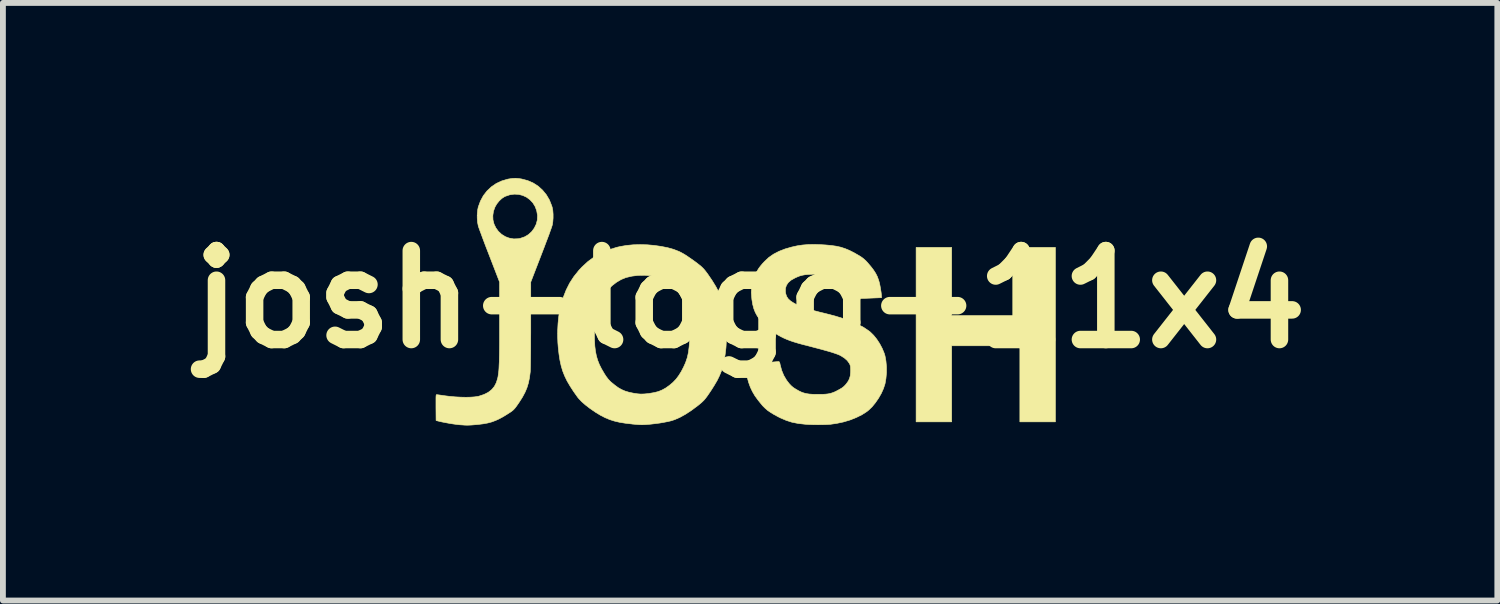
<source format=kicad_pcb>
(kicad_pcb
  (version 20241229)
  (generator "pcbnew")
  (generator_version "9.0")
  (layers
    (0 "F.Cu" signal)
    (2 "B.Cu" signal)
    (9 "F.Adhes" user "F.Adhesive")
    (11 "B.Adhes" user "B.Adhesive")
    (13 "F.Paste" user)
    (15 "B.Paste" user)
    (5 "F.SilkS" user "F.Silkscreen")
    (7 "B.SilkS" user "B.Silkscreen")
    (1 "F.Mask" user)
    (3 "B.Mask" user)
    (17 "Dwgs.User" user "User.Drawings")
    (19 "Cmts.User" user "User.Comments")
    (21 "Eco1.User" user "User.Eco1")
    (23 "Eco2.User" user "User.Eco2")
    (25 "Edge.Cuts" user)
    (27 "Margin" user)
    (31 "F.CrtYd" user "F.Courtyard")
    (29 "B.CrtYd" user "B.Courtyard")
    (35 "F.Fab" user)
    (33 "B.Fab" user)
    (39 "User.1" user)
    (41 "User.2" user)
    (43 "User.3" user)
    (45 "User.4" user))
  (footprint "josh-logo-11x4"
    (layer "F.Cu")
    (at 9.804 2.079)
    (property "Reference" "josh-logo-11x4" (at 0 0 0) (layer "F.SilkS") (effects (font (size 1.524 1.524) (thickness 0.3))))
    (attr through_hole)
    (fp_poly (pts (xy 3.454 0.279) (xy 4.623 0.279) (xy 4.623 -0.889) (xy 5.232 -0.889) (xy 5.232 2.1) (xy 4.623 2.1) (xy 4.623 0.796) (xy 3.454 0.796) (xy 3.454 2.1) (xy 2.845 2.1) (xy 2.845 -0.889) (xy 3.454 -0.889) (xy 3.454 0.279)) (stroke (width 0.01) (type solid)) (fill yes) (layer "F.SilkS"))
    (fp_poly (pts (xy -3.962 -2.069) (xy -3.916 -2.062) (xy -3.813 -2.035) (xy -3.718 -1.994) (xy -3.632 -1.939) (xy -3.557 -1.871) (xy -3.492 -1.792) (xy -3.439 -1.702) (xy -3.399 -1.601) (xy -3.391 -1.575) (xy -3.381 -1.522) (xy -3.376 -1.459) (xy -3.376 -1.392) (xy -3.381 -1.327) (xy -3.39 -1.27) (xy -3.391 -1.27) (xy -3.397 -1.25) (xy -3.408 -1.217) (xy -3.425 -1.17) (xy -3.445 -1.113) (xy -3.47 -1.047) (xy -3.498 -0.974) (xy -3.528 -0.894) (xy -3.56 -0.811) (xy -3.583 -0.751) (xy -3.759 -0.295) (xy -3.759 0.431) (xy -3.759 0.567) (xy -3.76 0.693) (xy -3.76 0.809) (xy -3.761 0.914) (xy -3.762 1.006) (xy -3.763 1.086) (xy -3.764 1.151) (xy -3.766 1.202) (xy -3.767 1.237) (xy -3.768 1.249) (xy -3.781 1.347) (xy -3.799 1.434) (xy -3.824 1.516) (xy -3.858 1.596) (xy -3.902 1.678) (xy -3.958 1.766) (xy -3.978 1.795) (xy -4.006 1.835) (xy -4.029 1.865) (xy -4.049 1.887) (xy -4.069 1.906) (xy -4.093 1.924) (xy -4.124 1.945) (xy -4.128 1.947) (xy -4.212 2) (xy -4.287 2.042) (xy -4.357 2.075) (xy -4.426 2.101) (xy -4.497 2.12) (xy -4.574 2.134) (xy -4.662 2.145) (xy -4.721 2.15) (xy -4.768 2.154) (xy -4.805 2.156) (xy -4.835 2.157) (xy -4.862 2.157) (xy -4.893 2.156) (xy -4.93 2.153) (xy -4.979 2.15) (xy -4.987 2.149) (xy -5.032 2.144) (xy -5.089 2.136) (xy -5.153 2.126) (xy -5.217 2.114) (xy -5.279 2.102) (xy -5.331 2.09) (xy -5.355 2.084) (xy -5.381 2.077) (xy -5.383 1.856) (xy -5.383 1.786) (xy -5.383 1.732) (xy -5.383 1.691) (xy -5.382 1.663) (xy -5.38 1.645) (xy -5.377 1.636) (xy -5.374 1.634) (xy -5.362 1.635) (xy -5.337 1.638) (xy -5.302 1.643) (xy -5.26 1.649) (xy -5.249 1.651) (xy -5.152 1.663) (xy -5.054 1.672) (xy -4.959 1.677) (xy -4.87 1.679) (xy -4.788 1.677) (xy -4.718 1.672) (xy -4.66 1.663) (xy -4.647 1.66) (xy -4.56 1.631) (xy -4.488 1.595) (xy -4.429 1.549) (xy -4.382 1.493) (xy -4.348 1.427) (xy -4.325 1.351) (xy -4.319 1.323) (xy -4.315 1.293) (xy -4.31 1.26) (xy -4.306 1.223) (xy -4.303 1.181) (xy -4.301 1.132) (xy -4.298 1.075) (xy -4.297 1.01) (xy -4.295 0.934) (xy -4.294 0.847) (xy -4.293 0.748) (xy -4.293 0.635) (xy -4.293 0.508) (xy -4.293 0.384) (xy -4.293 -0.296) (xy -4.467 -0.747) (xy -4.5 -0.832) (xy -4.532 -0.914) (xy -4.561 -0.991) (xy -4.588 -1.063) (xy -4.611 -1.126) (xy -4.631 -1.179) (xy -4.646 -1.221) (xy -4.656 -1.25) (xy -4.659 -1.262) (xy -4.671 -1.323) (xy -4.676 -1.393) (xy -4.676 -1.434) (xy -4.409 -1.434) (xy -4.406 -1.36) (xy -4.388 -1.289) (xy -4.356 -1.223) (xy -4.313 -1.164) (xy -4.258 -1.113) (xy -4.193 -1.073) (xy -4.129 -1.049) (xy -4.051 -1.035) (xy -3.972 -1.038) (xy -3.937 -1.045) (xy -3.864 -1.07) (xy -3.798 -1.109) (xy -3.742 -1.16) (xy -3.698 -1.22) (xy -3.665 -1.287) (xy -3.646 -1.359) (xy -3.643 -1.435) (xy -3.643 -1.439) (xy -3.657 -1.519) (xy -3.684 -1.591) (xy -3.723 -1.654) (xy -3.773 -1.707) (xy -3.831 -1.75) (xy -3.896 -1.78) (xy -3.967 -1.798) (xy -4.041 -1.802) (xy -4.118 -1.791) (xy -4.195 -1.765) (xy -4.208 -1.759) (xy -4.254 -1.729) (xy -4.299 -1.687) (xy -4.34 -1.636) (xy -4.371 -1.583) (xy -4.398 -1.509) (xy -4.409 -1.434) (xy -4.676 -1.434) (xy -4.675 -1.466) (xy -4.668 -1.534) (xy -4.658 -1.582) (xy -4.621 -1.683) (xy -4.571 -1.776) (xy -4.508 -1.857) (xy -4.434 -1.927) (xy -4.351 -1.984) (xy -4.257 -2.028) (xy -4.156 -2.058) (xy -4.136 -2.062) (xy -4.074 -2.071) (xy -4.018 -2.074) (xy -3.962 -2.069)) (stroke (width 0.01) (type solid)) (fill yes) (layer "F.SilkS"))
    (fp_poly (pts (xy -1.761 -0.934) (xy -1.64 -0.923) (xy -1.522 -0.906) (xy -1.411 -0.884) (xy -1.309 -0.855) (xy -1.219 -0.82) (xy -1.19 -0.806) (xy -1.146 -0.782) (xy -1.093 -0.75) (xy -1.035 -0.71) (xy -0.973 -0.667) (xy -0.913 -0.623) (xy -0.893 -0.607) (xy -0.851 -0.574) (xy -0.819 -0.545) (xy -0.791 -0.516) (xy -0.763 -0.482) (xy -0.731 -0.439) (xy -0.729 -0.437) (xy -0.65 -0.321) (xy -0.584 -0.213) (xy -0.532 -0.114) (xy -0.494 -0.023) (xy -0.488 -0.005) (xy -0.462 0.087) (xy -0.44 0.192) (xy -0.424 0.306) (xy -0.412 0.426) (xy -0.406 0.549) (xy -0.405 0.672) (xy -0.411 0.789) (xy -0.414 0.834) (xy -0.428 0.949) (xy -0.444 1.05) (xy -0.465 1.142) (xy -0.491 1.227) (xy -0.524 1.308) (xy -0.564 1.39) (xy -0.614 1.475) (xy -0.658 1.545) (xy -0.698 1.605) (xy -0.731 1.653) (xy -0.76 1.692) (xy -0.787 1.725) (xy -0.815 1.753) (xy -0.845 1.78) (xy -0.88 1.809) (xy -0.899 1.824) (xy -1.008 1.905) (xy -1.109 1.971) (xy -1.203 2.023) (xy -1.292 2.062) (xy -1.353 2.082) (xy -1.409 2.095) (xy -1.476 2.108) (xy -1.551 2.121) (xy -1.629 2.131) (xy -1.705 2.14) (xy -1.776 2.146) (xy -1.837 2.149) (xy -1.867 2.149) (xy -1.892 2.148) (xy -1.928 2.146) (xy -1.972 2.142) (xy -2.019 2.138) (xy -2.022 2.137) (xy -2.135 2.124) (xy -2.235 2.108) (xy -2.324 2.087) (xy -2.406 2.061) (xy -2.483 2.029) (xy -2.559 1.99) (xy -2.637 1.943) (xy -2.65 1.935) (xy -2.743 1.871) (xy -2.822 1.81) (xy -2.887 1.753) (xy -2.936 1.701) (xy -2.955 1.678) (xy -3.026 1.578) (xy -3.086 1.485) (xy -3.137 1.398) (xy -3.178 1.313) (xy -3.212 1.227) (xy -3.238 1.138) (xy -3.259 1.042) (xy -3.275 0.937) (xy -3.288 0.82) (xy -3.294 0.743) (xy -3.298 0.638) (xy -3.298 0.588) (xy -2.668 0.588) (xy -2.666 0.701) (xy -2.661 0.8) (xy -2.65 0.889) (xy -2.634 0.97) (xy -2.612 1.045) (xy -2.583 1.118) (xy -2.546 1.192) (xy -2.5 1.27) (xy -2.5 1.271) (xy -2.464 1.326) (xy -2.431 1.369) (xy -2.399 1.403) (xy -2.386 1.416) (xy -2.32 1.47) (xy -2.26 1.514) (xy -2.202 1.547) (xy -2.142 1.573) (xy -2.075 1.593) (xy -1.999 1.609) (xy -1.926 1.62) (xy -1.872 1.624) (xy -1.811 1.622) (xy -1.738 1.615) (xy -1.727 1.613) (xy -1.645 1.599) (xy -1.573 1.581) (xy -1.509 1.555) (xy -1.447 1.521) (xy -1.385 1.477) (xy -1.317 1.42) (xy -1.316 1.418) (xy -1.27 1.37) (xy -1.224 1.309) (xy -1.18 1.239) (xy -1.14 1.162) (xy -1.105 1.084) (xy -1.079 1.007) (xy -1.072 0.981) (xy -1.056 0.906) (xy -1.045 0.817) (xy -1.037 0.72) (xy -1.034 0.616) (xy -1.035 0.511) (xy -1.041 0.408) (xy -1.042 0.394) (xy -1.053 0.299) (xy -1.071 0.213) (xy -1.096 0.132) (xy -1.13 0.051) (xy -1.175 -0.035) (xy -1.195 -0.069) (xy -1.222 -0.112) (xy -1.243 -0.144) (xy -1.264 -0.17) (xy -1.286 -0.194) (xy -1.315 -0.22) (xy -1.337 -0.238) (xy -1.41 -0.292) (xy -1.483 -0.337) (xy -1.555 -0.37) (xy -1.603 -0.385) (xy -1.703 -0.404) (xy -1.811 -0.412) (xy -1.919 -0.41) (xy -2.025 -0.397) (xy -2.123 -0.374) (xy -2.134 -0.371) (xy -2.21 -0.339) (xy -2.287 -0.294) (xy -2.36 -0.238) (xy -2.426 -0.176) (xy -2.479 -0.11) (xy -2.488 -0.095) (xy -2.537 -0.012) (xy -2.577 0.066) (xy -2.609 0.143) (xy -2.633 0.22) (xy -2.65 0.302) (xy -2.661 0.392) (xy -2.667 0.493) (xy -2.668 0.588) (xy -3.298 0.588) (xy -3.297 0.526) (xy -3.291 0.414) (xy -3.28 0.304) (xy -3.265 0.202) (xy -3.246 0.114) (xy -3.203 -0.029) (xy -3.152 -0.159) (xy -3.092 -0.278) (xy -3.02 -0.389) (xy -2.936 -0.494) (xy -2.881 -0.553) (xy -2.779 -0.647) (xy -2.67 -0.727) (xy -2.553 -0.793) (xy -2.426 -0.847) (xy -2.288 -0.89) (xy -2.223 -0.905) (xy -2.117 -0.923) (xy -2.003 -0.934) (xy -1.883 -0.937) (xy -1.761 -0.934)) (stroke (width 0.01) (type solid)) (fill yes) (layer "F.SilkS"))
    (fp_poly (pts (xy 1.214 -0.936) (xy 1.298 -0.931) (xy 1.393 -0.922) (xy 1.477 -0.91) (xy 1.553 -0.893) (xy 1.627 -0.869) (xy 1.702 -0.838) (xy 1.781 -0.798) (xy 1.868 -0.748) (xy 1.87 -0.747) (xy 1.916 -0.717) (xy 1.954 -0.687) (xy 1.991 -0.652) (xy 2.014 -0.627) (xy 2.071 -0.56) (xy 2.116 -0.501) (xy 2.152 -0.445) (xy 2.18 -0.39) (xy 2.201 -0.332) (xy 2.21 -0.303) (xy 2.219 -0.268) (xy 2.228 -0.223) (xy 2.236 -0.175) (xy 2.244 -0.127) (xy 2.249 -0.086) (xy 2.252 -0.054) (xy 2.252 -0.05) (xy 2.252 -0.028) (xy 1.958 -0.016) (xy 1.889 -0.014) (xy 1.825 -0.011) (xy 1.769 -0.009) (xy 1.721 -0.007) (xy 1.686 -0.005) (xy 1.663 -0.005) (xy 1.656 -0.004) (xy 1.65 -0.012) (xy 1.642 -0.032) (xy 1.633 -0.062) (xy 1.63 -0.076) (xy 1.616 -0.126) (xy 1.603 -0.164) (xy 1.588 -0.197) (xy 1.569 -0.228) (xy 1.546 -0.26) (xy 1.51 -0.304) (xy 1.472 -0.338) (xy 1.425 -0.366) (xy 1.377 -0.389) (xy 1.327 -0.407) (xy 1.275 -0.419) (xy 1.219 -0.427) (xy 1.153 -0.431) (xy 1.076 -0.43) (xy 1.063 -0.429) (xy 0.995 -0.426) (xy 0.941 -0.421) (xy 0.893 -0.412) (xy 0.849 -0.4) (xy 0.804 -0.382) (xy 0.767 -0.365) (xy 0.703 -0.329) (xy 0.655 -0.288) (xy 0.623 -0.241) (xy 0.606 -0.189) (xy 0.605 -0.13) (xy 0.61 -0.098) (xy 0.626 -0.049) (xy 0.654 -0.007) (xy 0.695 0.03) (xy 0.737 0.057) (xy 0.779 0.081) (xy 0.822 0.102) (xy 0.866 0.121) (xy 0.914 0.139) (xy 0.968 0.158) (xy 1.029 0.176) (xy 1.101 0.196) (xy 1.185 0.218) (xy 1.284 0.242) (xy 1.3 0.246) (xy 1.461 0.288) (xy 1.606 0.333) (xy 1.736 0.38) (xy 1.849 0.43) (xy 1.947 0.482) (xy 2.03 0.538) (xy 2.06 0.561) (xy 2.116 0.616) (xy 2.17 0.683) (xy 2.22 0.759) (xy 2.263 0.84) (xy 2.297 0.921) (xy 2.312 0.97) (xy 2.328 1.059) (xy 2.337 1.156) (xy 2.337 1.258) (xy 2.328 1.357) (xy 2.312 1.449) (xy 2.311 1.452) (xy 2.285 1.531) (xy 2.248 1.613) (xy 2.201 1.695) (xy 2.147 1.773) (xy 2.089 1.844) (xy 2.028 1.902) (xy 1.999 1.925) (xy 1.916 1.978) (xy 1.819 2.026) (xy 1.713 2.068) (xy 1.599 2.102) (xy 1.482 2.127) (xy 1.376 2.142) (xy 1.316 2.146) (xy 1.244 2.148) (xy 1.164 2.149) (xy 1.083 2.148) (xy 1.004 2.145) (xy 0.943 2.141) (xy 0.826 2.128) (xy 0.719 2.107) (xy 0.619 2.075) (xy 0.521 2.033) (xy 0.483 2.014) (xy 0.409 1.974) (xy 0.349 1.937) (xy 0.298 1.902) (xy 0.255 1.864) (xy 0.215 1.824) (xy 0.205 1.812) (xy 0.139 1.731) (xy 0.084 1.656) (xy 0.04 1.581) (xy 0.004 1.505) (xy -0.026 1.422) (xy -0.051 1.329) (xy -0.071 1.233) (xy -0.079 1.184) (xy -0.084 1.149) (xy -0.085 1.129) (xy -0.081 1.122) (xy -0.071 1.12) (xy -0.046 1.117) (xy -0.009 1.114) (xy 0.037 1.109) (xy 0.091 1.103) (xy 0.149 1.098) (xy 0.209 1.092) (xy 0.269 1.086) (xy 0.327 1.081) (xy 0.379 1.076) (xy 0.424 1.072) (xy 0.459 1.069) (xy 0.481 1.067) (xy 0.488 1.067) (xy 0.498 1.07) (xy 0.505 1.081) (xy 0.512 1.103) (xy 0.515 1.12) (xy 0.541 1.218) (xy 0.577 1.305) (xy 0.624 1.385) (xy 0.67 1.445) (xy 0.704 1.481) (xy 0.74 1.512) (xy 0.784 1.54) (xy 0.838 1.571) (xy 0.847 1.575) (xy 0.887 1.594) (xy 0.927 1.607) (xy 0.969 1.617) (xy 1.016 1.624) (xy 1.074 1.628) (xy 1.144 1.629) (xy 1.164 1.629) (xy 1.233 1.629) (xy 1.289 1.626) (xy 1.336 1.621) (xy 1.376 1.613) (xy 1.414 1.601) (xy 1.454 1.585) (xy 1.484 1.57) (xy 1.536 1.542) (xy 1.576 1.518) (xy 1.608 1.493) (xy 1.636 1.464) (xy 1.651 1.446) (xy 1.683 1.401) (xy 1.704 1.357) (xy 1.717 1.309) (xy 1.722 1.251) (xy 1.723 1.223) (xy 1.722 1.183) (xy 1.721 1.155) (xy 1.716 1.134) (xy 1.709 1.114) (xy 1.698 1.094) (xy 1.665 1.049) (xy 1.616 1.006) (xy 1.554 0.967) (xy 1.533 0.956) (xy 1.499 0.942) (xy 1.451 0.925) (xy 1.39 0.905) (xy 1.313 0.883) (xy 1.221 0.857) (xy 1.114 0.829) (xy 1.008 0.801) (xy 0.909 0.776) (xy 0.825 0.753) (xy 0.752 0.731) (xy 0.689 0.71) (xy 0.632 0.688) (xy 0.579 0.665) (xy 0.528 0.64) (xy 0.476 0.611) (xy 0.421 0.578) (xy 0.394 0.561) (xy 0.348 0.532) (xy 0.313 0.507) (xy 0.284 0.482) (xy 0.256 0.454) (xy 0.223 0.418) (xy 0.221 0.416) (xy 0.166 0.348) (xy 0.123 0.286) (xy 0.089 0.224) (xy 0.064 0.16) (xy 0.045 0.088) (xy 0.031 0.004) (xy 0.03 -0.006) (xy 0.021 -0.116) (xy 0.028 -0.22) (xy 0.05 -0.32) (xy 0.087 -0.419) (xy 0.102 -0.449) (xy 0.126 -0.494) (xy 0.15 -0.533) (xy 0.179 -0.571) (xy 0.213 -0.612) (xy 0.251 -0.652) (xy 0.323 -0.719) (xy 0.404 -0.775) (xy 0.495 -0.822) (xy 0.6 -0.863) (xy 0.618 -0.868) (xy 0.712 -0.895) (xy 0.805 -0.916) (xy 0.898 -0.93) (xy 0.995 -0.938) (xy 1.099 -0.94) (xy 1.214 -0.936)) (stroke (width 0.01) (type solid)) (fill yes) (layer "F.SilkS")))
  (gr_rect
    (start -3 -3)
    (end 22.609 7.241)
    (stroke (width 0.1) (type default))
    (fill no)
    (layer "Edge.Cuts")))
</source>
